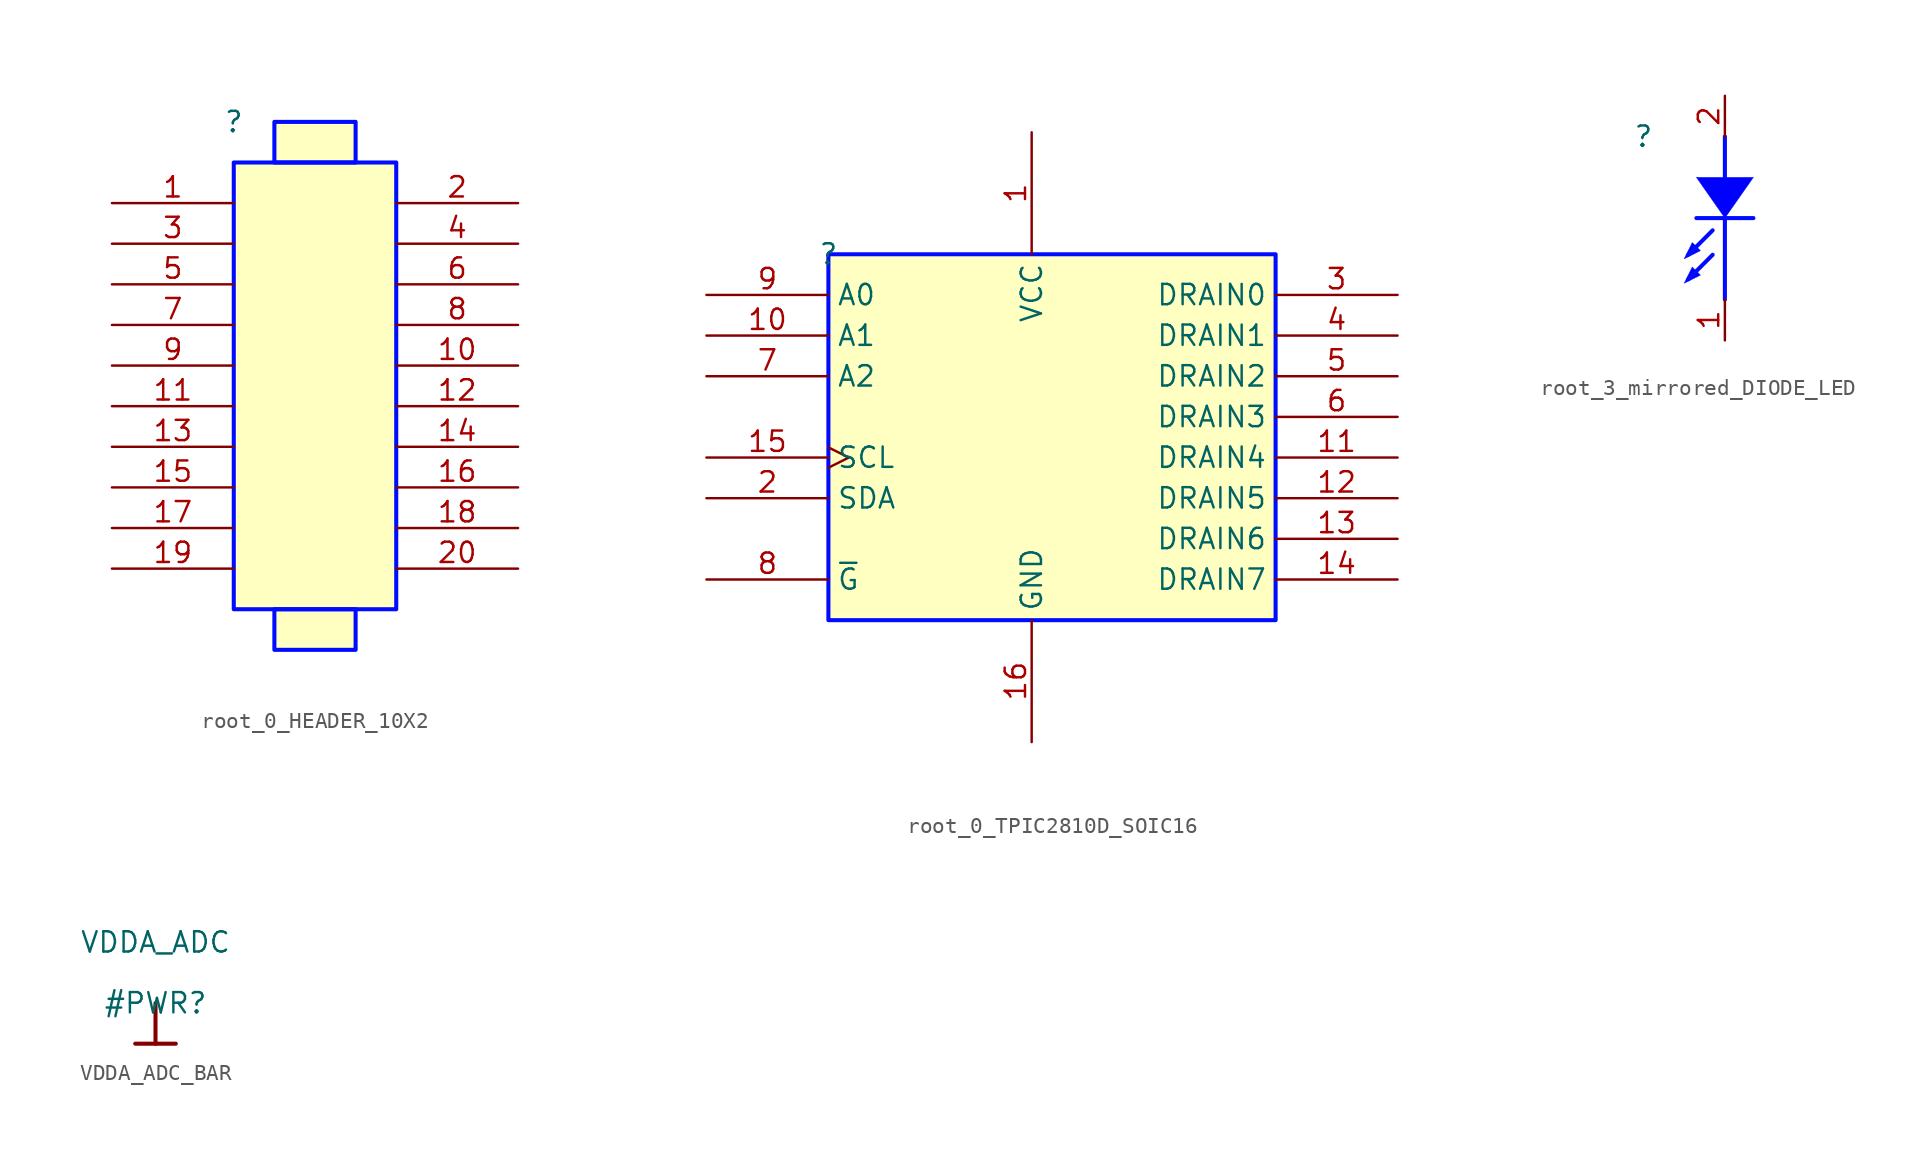
<source format=kicad_sym>
(kicad_symbol_lib
  (version 20231120)
  (generator "kicad_symbol_editor")
  (generator_version "8.0")
  (symbol "root_0_HEADER_10X2"
    (property "Reference" ""
      (at 0 0 0)
      (effects (font (size 1.27 1.27))))
    (property "Value" ""
      (at 0 0 0)
      (effects (font (size 1.27 1.27))))
    (symbol "root_0_HEADER_10X2_1_0"
      (rectangle (start 7.62 -30.48) (end 2.54 -33.02) (stroke (width 0.254) (type solid) (color 0 11 255 1)) (fill (type background)))
      (rectangle (start 7.62 0) (end 2.54 -2.54) (stroke (width 0.254) (type solid) (color 0 11 255 1)) (fill (type background)))
      (rectangle (start 10.16 -2.54) (end 0 -30.48) (stroke (width 0.254) (type solid) (color 0 11 255 1)) (fill (type background)))
      (pin passive line (at -7.62 -5.08 0) (length 7.62) (name "1" (effects (font (size 0 0)))) (number "1" (effects (font (size 1.27 1.27)))))
      (pin passive line (at 17.78 -15.24 180) (length 7.62) (name "10" (effects (font (size 0 0)))) (number "10" (effects (font (size 1.27 1.27)))))
      (pin passive line (at -7.62 -17.78 0) (length 7.62) (name "11" (effects (font (size 0 0)))) (number "11" (effects (font (size 1.27 1.27)))))
      (pin passive line (at 17.78 -17.78 180) (length 7.62) (name "12" (effects (font (size 0 0)))) (number "12" (effects (font (size 1.27 1.27)))))
      (pin passive line (at -7.62 -20.32 0) (length 7.62) (name "13" (effects (font (size 0 0)))) (number "13" (effects (font (size 1.27 1.27)))))
      (pin passive line (at 17.78 -20.32 180) (length 7.62) (name "14" (effects (font (size 0 0)))) (number "14" (effects (font (size 1.27 1.27)))))
      (pin passive line (at -7.62 -22.86 0) (length 7.62) (name "15" (effects (font (size 0 0)))) (number "15" (effects (font (size 1.27 1.27)))))
      (pin passive line (at 17.78 -22.86 180) (length 7.62) (name "16" (effects (font (size 0 0)))) (number "16" (effects (font (size 1.27 1.27)))))
      (pin passive line (at -7.62 -25.4 0) (length 7.62) (name "17" (effects (font (size 0 0)))) (number "17" (effects (font (size 1.27 1.27)))))
      (pin passive line (at 17.78 -25.4 180) (length 7.62) (name "18" (effects (font (size 0 0)))) (number "18" (effects (font (size 1.27 1.27)))))
      (pin passive line (at -7.62 -27.94 0) (length 7.62) (name "19" (effects (font (size 0 0)))) (number "19" (effects (font (size 1.27 1.27)))))
      (pin passive line (at 17.78 -5.08 180) (length 7.62) (name "2" (effects (font (size 0 0)))) (number "2" (effects (font (size 1.27 1.27)))))
      (pin passive line (at 17.78 -27.94 180) (length 7.62) (name "20" (effects (font (size 0 0)))) (number "20" (effects (font (size 1.27 1.27)))))
      (pin passive line (at -7.62 -7.62 0) (length 7.62) (name "3" (effects (font (size 0 0)))) (number "3" (effects (font (size 1.27 1.27)))))
      (pin passive line (at 17.78 -7.62 180) (length 7.62) (name "4" (effects (font (size 0 0)))) (number "4" (effects (font (size 1.27 1.27)))))
      (pin passive line (at -7.62 -10.16 0) (length 7.62) (name "5" (effects (font (size 0 0)))) (number "5" (effects (font (size 1.27 1.27)))))
      (pin passive line (at 17.78 -10.16 180) (length 7.62) (name "6" (effects (font (size 0 0)))) (number "6" (effects (font (size 1.27 1.27)))))
      (pin passive line (at -7.62 -12.7 0) (length 7.62) (name "7" (effects (font (size 0 0)))) (number "7" (effects (font (size 1.27 1.27)))))
      (pin passive line (at 17.78 -12.7 180) (length 7.62) (name "8" (effects (font (size 0 0)))) (number "8" (effects (font (size 1.27 1.27)))))
      (pin passive line (at -7.62 -15.24 0) (length 7.62) (name "9" (effects (font (size 0 0)))) (number "9" (effects (font (size 1.27 1.27)))))))
  (symbol "root_0_TPIC2810D_SOIC16"
    (property "Reference" ""
      (at 0 0 0)
      (effects (font (size 1.27 1.27))))
    (property "Value" ""
      (at 0 0 0)
      (effects (font (size 1.27 1.27))))
    (symbol "root_0_TPIC2810D_SOIC16_1_0"
      (rectangle (start 27.94 0) (end 0 -22.86) (stroke (width 0.254) (type solid) (color 0 11 255 1)) (fill (type background)))
      (pin power_in line (at 12.7 7.62 270) (length 7.62) (name "VCC" (effects (font (size 1.27 1.27)))) (number "1" (effects (font (size 1.27 1.27)))))
      (pin input line (at -7.62 -5.08 0) (length 7.62) (name "A1" (effects (font (size 1.27 1.27)))) (number "10" (effects (font (size 1.27 1.27)))))
      (pin passive line (at 35.56 -12.7 180) (length 7.62) (name "DRAIN4" (effects (font (size 1.27 1.27)))) (number "11" (effects (font (size 1.27 1.27)))))
      (pin passive line (at 35.56 -15.24 180) (length 7.62) (name "DRAIN5" (effects (font (size 1.27 1.27)))) (number "12" (effects (font (size 1.27 1.27)))))
      (pin passive line (at 35.56 -17.78 180) (length 7.62) (name "DRAIN6" (effects (font (size 1.27 1.27)))) (number "13" (effects (font (size 1.27 1.27)))))
      (pin passive line (at 35.56 -20.32 180) (length 7.62) (name "DRAIN7" (effects (font (size 1.27 1.27)))) (number "14" (effects (font (size 1.27 1.27)))))
      (pin input clock (at -7.62 -12.7 0) (length 7.62) (name "SCL" (effects (font (size 1.27 1.27)))) (number "15" (effects (font (size 1.27 1.27)))))
      (pin power_in line (at 12.7 -30.48 90) (length 7.62) (name "GND" (effects (font (size 1.27 1.27)))) (number "16" (effects (font (size 1.27 1.27)))))
      (pin bidirectional line (at -7.62 -15.24 0) (length 7.62) (name "SDA" (effects (font (size 1.27 1.27)))) (number "2" (effects (font (size 1.27 1.27)))))
      (pin passive line (at 35.56 -2.54 180) (length 7.62) (name "DRAIN0" (effects (font (size 1.27 1.27)))) (number "3" (effects (font (size 1.27 1.27)))))
      (pin passive line (at 35.56 -5.08 180) (length 7.62) (name "DRAIN1" (effects (font (size 1.27 1.27)))) (number "4" (effects (font (size 1.27 1.27)))))
      (pin passive line (at 35.56 -7.62 180) (length 7.62) (name "DRAIN2" (effects (font (size 1.27 1.27)))) (number "5" (effects (font (size 1.27 1.27)))))
      (pin passive line (at 35.56 -10.16 180) (length 7.62) (name "DRAIN3" (effects (font (size 1.27 1.27)))) (number "6" (effects (font (size 1.27 1.27)))))
      (pin input line (at -7.62 -7.62 0) (length 7.62) (name "A2" (effects (font (size 1.27 1.27)))) (number "7" (effects (font (size 1.27 1.27)))))
      (pin passive line (at -7.62 -20.32 0) (length 7.62) (name "~{G}" (effects (font (size 1.27 1.27)))) (number "8" (effects (font (size 1.27 1.27)))))
      (pin input line (at -7.62 -2.54 0) (length 7.62) (name "A0" (effects (font (size 1.27 1.27)))) (number "9" (effects (font (size 1.27 1.27)))))))
  (symbol "root_3_mirrored_DIODE_LED"
    (property "Reference" ""
      (at 0 0 0)
      (effects (font (size 1.27 1.27))))
    (property "Value" ""
      (at 0 0 0)
      (effects (font (size 1.27 1.27))))
    (symbol "root_3_mirrored_DIODE_LED_1_0"
      (polyline (pts (xy 2.794 -8.89) (xy 4.318 -7.366)) (stroke (width 0.254) (type solid) (color 0 11 255 1)) (fill (type none)))
      (polyline (pts (xy 2.794 -7.366) (xy 4.318 -5.842)) (stroke (width 0.254) (type solid) (color 0 11 255 1)) (fill (type none)))
      (polyline (pts (xy 3.302 -5.08) (xy 6.858 -5.08)) (stroke (width 0.254) (type solid) (color 0 11 255 1)) (fill (type none)))
      (polyline (pts (xy 5.08 -5.08) (xy 5.08 -10.16)) (stroke (width 0.254) (type solid) (color 0 11 255 1)) (fill (type none)))
      (polyline (pts (xy 5.08 0) (xy 5.08 -2.54)) (stroke (width 0.254) (type solid) (color 0 11 255 1)) (fill (type none)))
      (polyline (pts (xy 3.048 -8.128) (xy 3.048 -8.128) (xy 2.54 -9.144) (xy 3.556 -8.636) (xy 3.048 -8.128) (xy 3.048 -8.128)) (stroke (width 0.025) (type solid) (color 0 11 255 1)) (fill (type color) (color 0 0 255 1)))
      (polyline (pts (xy 3.048 -6.604) (xy 3.048 -6.604) (xy 2.54 -7.62) (xy 3.556 -7.112) (xy 3.048 -6.604) (xy 3.048 -6.604)) (stroke (width 0.025) (type solid) (color 0 11 255 1)) (fill (type color) (color 0 0 255 1)))
      (polyline (pts (xy 5.08 -5.08) (xy 5.08 -5.08) (xy 6.858 -2.54) (xy 3.302 -2.54) (xy 5.08 -5.08) (xy 5.08 -5.08)) (stroke (width 0.025) (type solid) (color 0 11 255 1)) (fill (type color) (color 0 0 255 1)))
      (pin passive line (at 5.08 -12.7 90) (length 2.54) (name "CATHODE" (effects (font (size 0 0)))) (number "1" (effects (font (size 1.27 1.27)))))
      (pin passive line (at 5.08 2.54 270) (length 2.54) (name "ANODE" (effects (font (size 0 0)))) (number "2" (effects (font (size 1.27 1.27)))))))
  (symbol "VDDA_ADC_BAR"
    (power)
    (property "Reference" "#PWR"
      (at 0 0 0)
      (effects (font (size 1.27 1.27))))
    (property "Value" "VDDA_ADC"
      (at 0 3.81 0)
      (effects (font (size 1.27 1.27))))
    (symbol "VDDA_ADC_BAR_0_0"
      (polyline (pts (xy -1.27 -2.54) (xy 1.27 -2.54)) (stroke (width 0.254) (type solid)) (fill (type none)))
      (polyline (pts (xy 0 0) (xy 0 -2.54)) (stroke (width 0.254) (type solid)) (fill (type none)))
      (pin power_in line (at 0 0 0) (length 0) hide (name "VDDA_ADC" (effects (font (size 1.27 1.27)))) (number "" (effects (font (size 1.27 1.27))))))))
</source>
